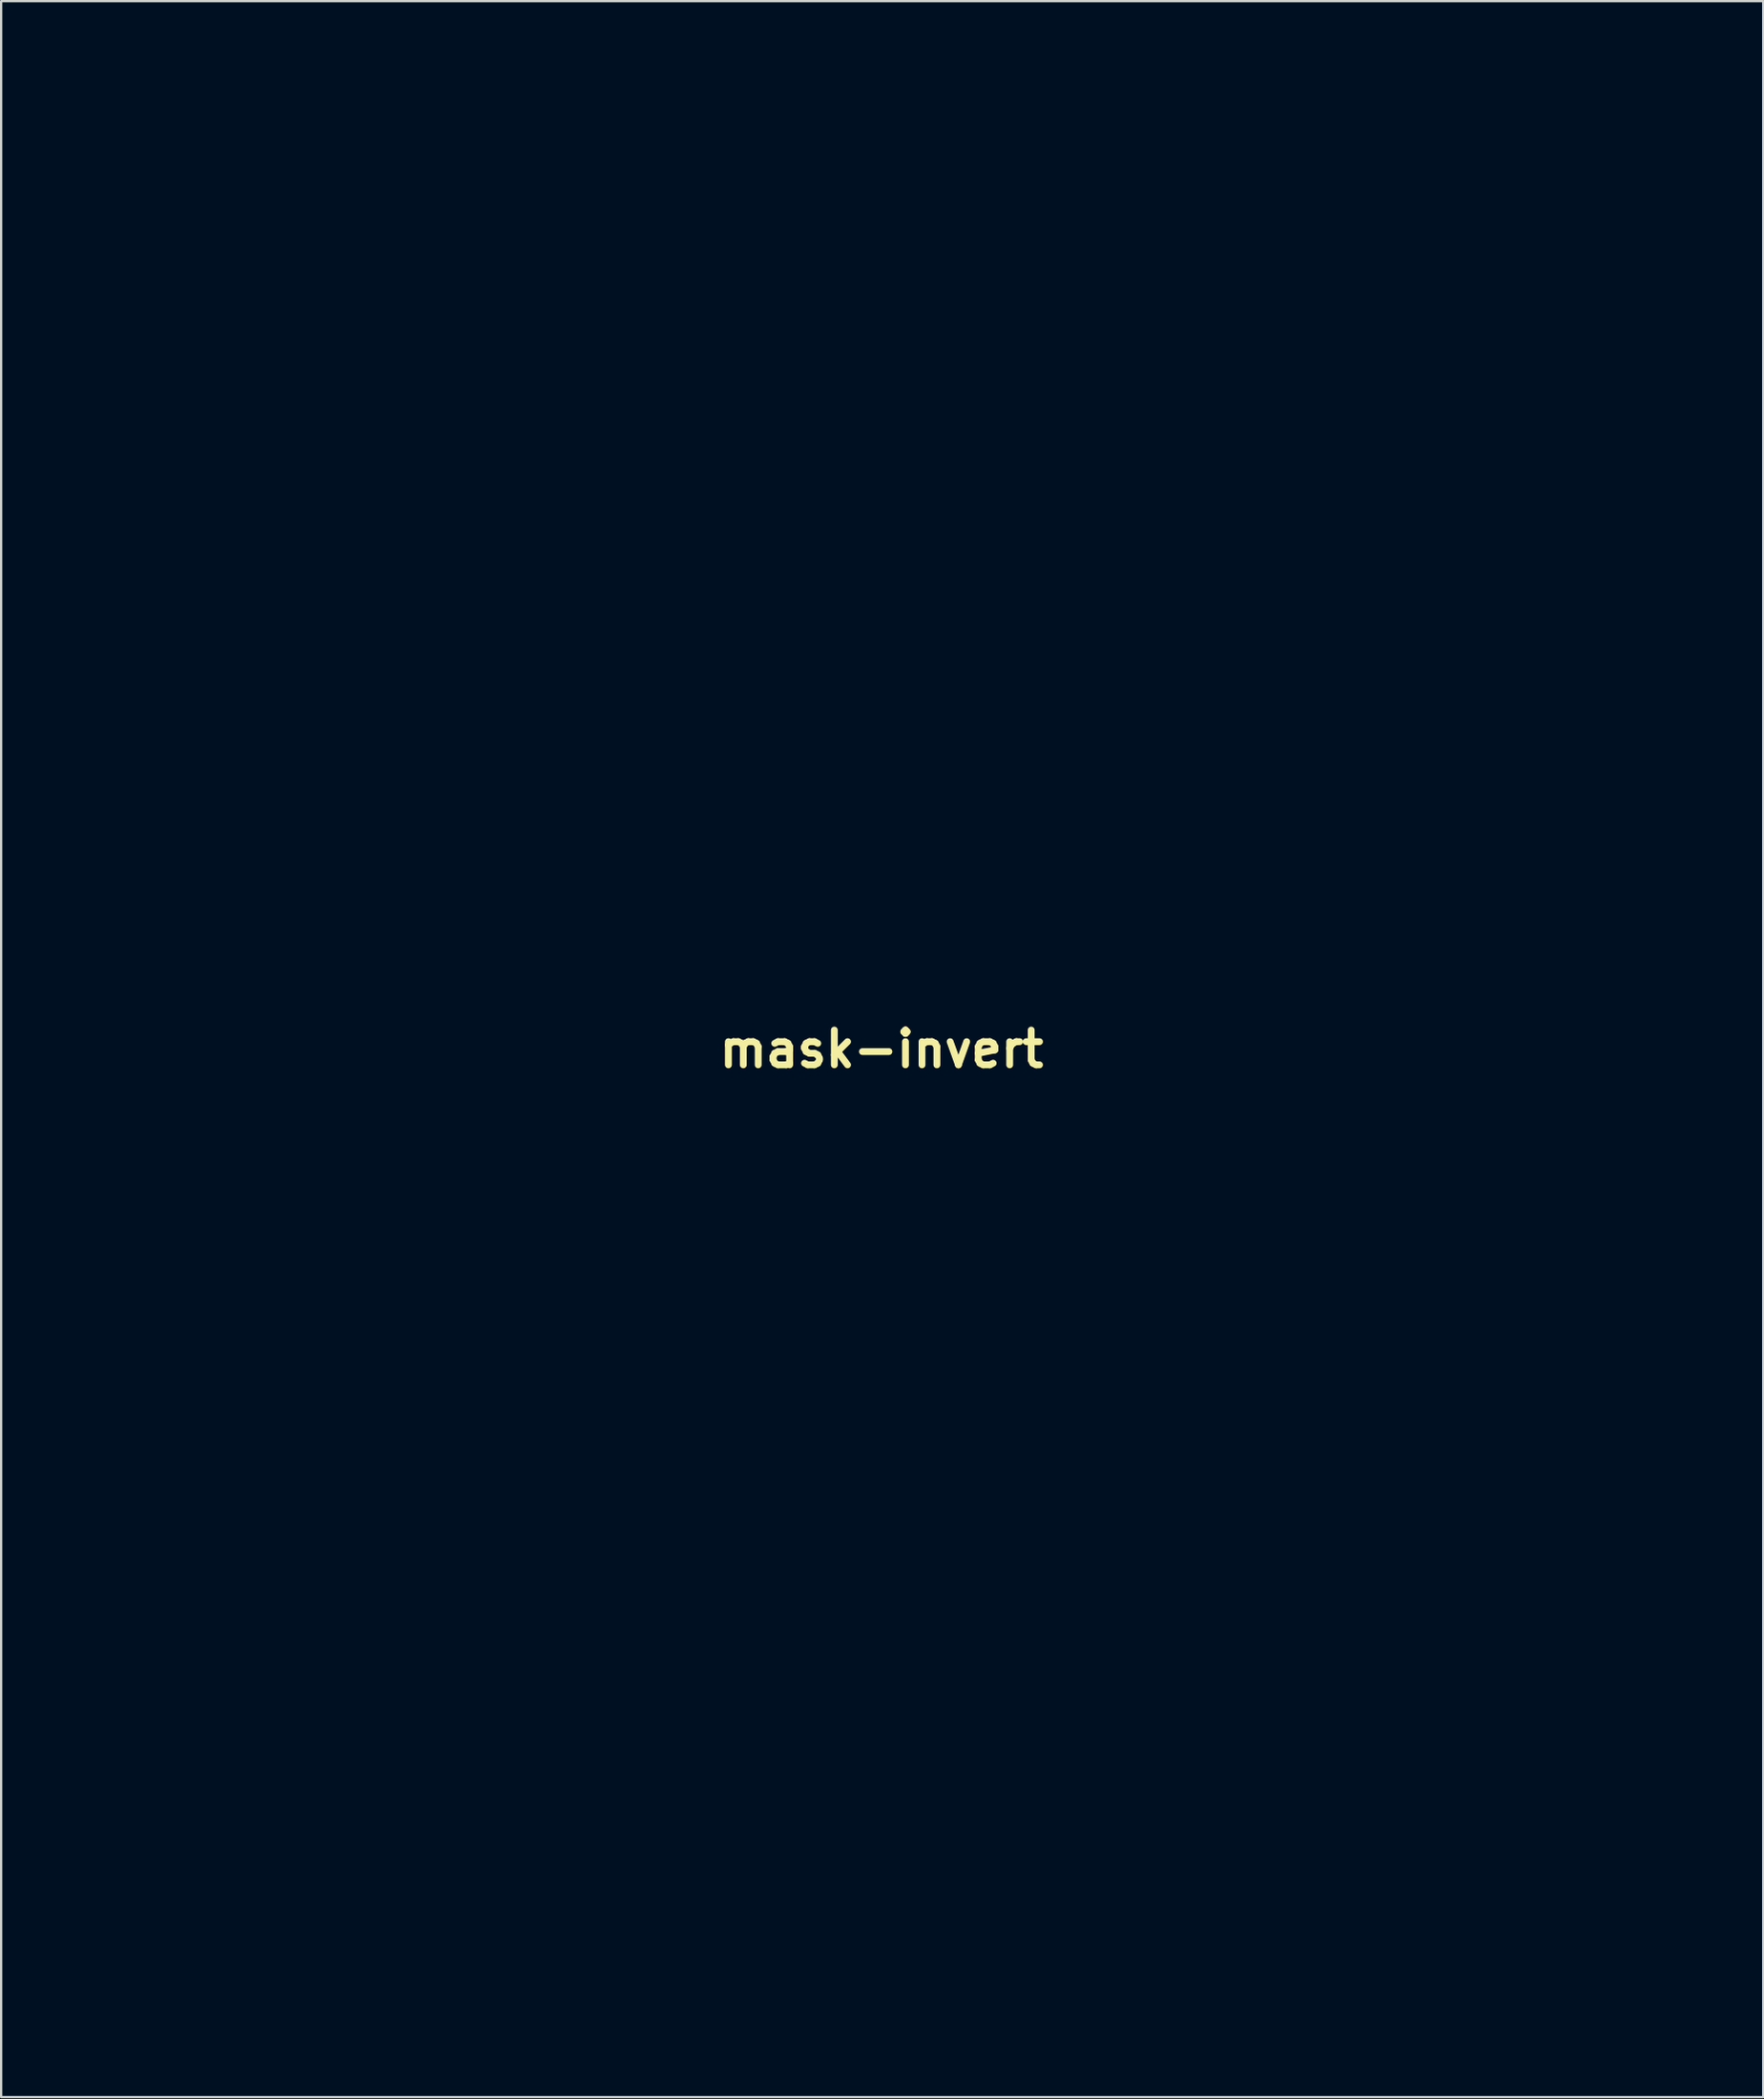
<source format=kicad_pcb>
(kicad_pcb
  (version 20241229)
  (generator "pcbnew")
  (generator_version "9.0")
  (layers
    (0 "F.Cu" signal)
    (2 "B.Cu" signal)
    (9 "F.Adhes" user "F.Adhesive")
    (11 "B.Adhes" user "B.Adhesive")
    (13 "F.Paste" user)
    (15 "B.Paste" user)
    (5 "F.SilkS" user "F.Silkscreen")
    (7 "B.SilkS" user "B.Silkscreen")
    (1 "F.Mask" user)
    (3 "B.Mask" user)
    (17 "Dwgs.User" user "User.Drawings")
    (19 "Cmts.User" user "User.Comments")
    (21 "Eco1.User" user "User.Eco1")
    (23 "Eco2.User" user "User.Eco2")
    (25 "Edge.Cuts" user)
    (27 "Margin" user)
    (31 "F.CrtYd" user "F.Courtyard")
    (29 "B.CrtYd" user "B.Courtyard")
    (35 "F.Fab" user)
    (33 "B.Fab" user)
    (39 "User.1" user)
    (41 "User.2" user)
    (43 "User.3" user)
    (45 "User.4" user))
  (footprint "mask-invert"
    (layer "F.Cu")
    (at 35.611 42.95)
    (property "Reference" "mask-invert" (at 0 0 0) (layer "F.SilkS") (effects (font (size 1.524 1.524) (thickness 0.3))))
    (attr board_only exclude_from_pos_files exclude_from_bom)
    (fp_poly (pts (xy 1.814 -42.204) (xy 2.06 -42.081) (xy 2.279 -41.835) (xy 2.409 -41.61) (xy 2.598 -41.167) (xy 2.717 -40.719) (xy 2.772 -40.234) (xy 2.767 -39.68) (xy 2.746 -39.39) (xy 2.616 -38.374) (xy 2.417 -37.463) (xy 2.148 -36.654) (xy 1.808 -35.945) (xy 1.794 -35.92) (xy 1.614 -35.611) (xy 1.475 -35.396) (xy 1.355 -35.257) (xy 1.233 -35.177) (xy 1.085 -35.138) (xy 0.891 -35.124) (xy 0.775 -35.121) (xy 0.509 -35.121) (xy 0.269 -35.132) (xy 0.103 -35.151) (xy 0.096 -35.153) (xy -0.009 -35.189) (xy -0.086 -35.26) (xy -0.154 -35.394) (xy -0.234 -35.621) (xy -0.239 -35.639) (xy -0.443 -36.451) (xy -0.553 -37.338) (xy -0.574 -37.981) (xy -0.53 -38.849) (xy -0.398 -39.638) (xy -0.18 -40.344) (xy 0.122 -40.962) (xy 0.507 -41.488) (xy 0.877 -41.843) (xy 1.226 -42.084) (xy 1.538 -42.205)) (stroke (width 0) (type solid)) (fill yes) (layer "F.Mask"))
    (fp_poly (pts (xy 35.616 9.737) (xy 35.62 9.947) (xy 35.624 10.27) (xy 35.628 10.702) (xy 35.631 11.238) (xy 35.635 11.873) (xy 35.639 12.602) (xy 35.642 13.42) (xy 35.645 14.323) (xy 35.648 15.306) (xy 35.651 16.364) (xy 35.654 17.493) (xy 35.656 18.687) (xy 35.659 19.942) (xy 35.661 21.252) (xy 35.662 22.614) (xy 35.664 24.023) (xy 35.665 25.473) (xy 35.665 25.767) (xy 35.675 42.95) (xy 18.938 42.939) (xy 17.49 42.938) (xy 16.076 42.937) (xy 14.704 42.936) (xy 13.377 42.934) (xy 12.102 42.933) (xy 10.883 42.931) (xy 9.725 42.93) (xy 8.633 42.928) (xy 7.614 42.926) (xy 6.671 42.924) (xy 5.81 42.923) (xy 5.036 42.921) (xy 4.355 42.919) (xy 3.771 42.917) (xy 3.29 42.915) (xy 2.916 42.913) (xy 2.656 42.911) (xy 2.513 42.91) (xy 2.489 42.908) (xy 3.283 42.846) (xy 4.067 42.771) (xy 4.815 42.687) (xy 5.503 42.596) (xy 6.104 42.502) (xy 6.414 42.444) (xy 7.748 42.166) (xy 8.974 41.883) (xy 10.112 41.588) (xy 11.182 41.275) (xy 12.204 40.937) (xy 13.198 40.569) (xy 14.184 40.163) (xy 15.18 39.713) (xy 15.943 39.345) (xy 17.844 38.335) (xy 19.665 37.226) (xy 21.405 36.019) (xy 23.062 34.715) (xy 24.636 33.314) (xy 26.124 31.819) (xy 27.526 30.23) (xy 28.84 28.549) (xy 29.901 27.027) (xy 30.962 25.313) (xy 31.904 23.561) (xy 32.731 21.761) (xy 33.447 19.903) (xy 34.036 18.056) (xy 34.395 16.742) (xy 34.714 15.445) (xy 34.99 14.18) (xy 35.22 12.963) (xy 35.401 11.809) (xy 35.53 10.736) (xy 35.604 9.759) (xy 35.608 9.675) (xy 35.612 9.644)) (stroke (width 0) (type solid)) (fill yes) (layer "F.Mask"))
    (fp_poly (pts (xy -35.543 9.254) (xy -35.517 9.483) (xy -35.486 9.798) (xy -35.452 10.155) (xy -35.422 10.498) (xy -35.383 10.846) (xy -35.316 11.3) (xy -35.226 11.842) (xy -35.115 12.453) (xy -34.988 13.117) (xy -34.848 13.815) (xy -34.7 14.528) (xy -34.546 15.241) (xy -34.391 15.933) (xy -34.239 16.587) (xy -34.092 17.186) (xy -33.955 17.712) (xy -33.832 18.146) (xy -33.819 18.188) (xy -33.505 19.13) (xy -33.118 20.144) (xy -32.67 21.206) (xy -32.172 22.291) (xy -31.636 23.376) (xy -31.074 24.436) (xy -30.497 25.446) (xy -30.042 26.186) (xy -29.495 27.018) (xy -28.909 27.855) (xy -28.297 28.684) (xy -27.671 29.488) (xy -27.043 30.252) (xy -26.426 30.962) (xy -25.833 31.602) (xy -25.275 32.157) (xy -24.826 32.561) (xy -24.561 32.792) (xy -24.24 33.081) (xy -23.894 33.399) (xy -23.559 33.716) (xy -23.422 33.848) (xy -22.681 34.528) (xy -21.842 35.231) (xy -20.925 35.942) (xy -19.952 36.643) (xy -18.945 37.319) (xy -18.147 37.819) (xy -17.645 38.112) (xy -17.065 38.433) (xy -16.43 38.768) (xy -15.764 39.108) (xy -15.091 39.439) (xy -14.433 39.751) (xy -13.815 40.031) (xy -13.26 40.27) (xy -12.796 40.452) (xy -12.417 40.592) (xy -12.053 40.729) (xy -11.732 40.853) (xy -11.481 40.953) (xy -11.355 41.005) (xy -11.138 41.088) (xy -10.819 41.193) (xy -10.418 41.315) (xy -9.959 41.447) (xy -9.462 41.585) (xy -8.949 41.721) (xy -8.442 41.849) (xy -7.962 41.965) (xy -7.563 42.054) (xy -7.217 42.129) (xy -6.904 42.2) (xy -6.652 42.259) (xy -6.486 42.302) (xy -6.446 42.314) (xy -6.143 42.397) (xy -5.731 42.478) (xy -5.227 42.556) (xy -4.651 42.627) (xy -4.02 42.689) (xy -3.352 42.741) (xy -2.88 42.769) (xy -2.411 42.793) (xy -1.93 42.818) (xy -1.469 42.843) (xy -1.064 42.865) (xy -0.75 42.883) (xy -0.734 42.884) (xy -0.732 42.887) (xy -0.853 42.891) (xy -1.092 42.895) (xy -1.444 42.898) (xy -1.905 42.902) (xy -2.469 42.906) (xy -3.132 42.909) (xy -3.889 42.912) (xy -4.734 42.916) (xy -5.664 42.919) (xy -6.673 42.922) (xy -7.757 42.925) (xy -8.911 42.927) (xy -10.129 42.93) (xy -11.408 42.932) (xy -12.742 42.934) (xy -14.126 42.936) (xy -15.556 42.937) (xy -17.027 42.938) (xy -17.79 42.939) (xy -35.611 42.95) (xy -35.602 25.895) (xy -35.601 24.433) (xy -35.6 23.009) (xy -35.598 21.625) (xy -35.597 20.289) (xy -35.594 19.003) (xy -35.592 17.774) (xy -35.589 16.607) (xy -35.586 15.507) (xy -35.583 14.478) (xy -35.58 13.527) (xy -35.576 12.657) (xy -35.572 11.874) (xy -35.568 11.183) (xy -35.564 10.589) (xy -35.56 10.097) (xy -35.556 9.712) (xy -35.552 9.44) (xy -35.547 9.285) (xy -35.543 9.252)) (stroke (width 0) (type solid)) (fill yes) (layer "F.Mask"))
    (fp_poly (pts (xy 35.675 -18.252) (xy 35.675 -16.484) (xy 35.675 -14.749) (xy 35.674 -13.051) (xy 35.674 -11.394) (xy 35.674 -9.783) (xy 35.673 -8.222) (xy 35.672 -6.715) (xy 35.672 -5.267) (xy 35.671 -3.883) (xy 35.67 -2.565) (xy 35.669 -1.32) (xy 35.668 -0.151) (xy 35.667 0.938) (xy 35.665 1.942) (xy 35.664 2.857) (xy 35.663 3.678) (xy 35.662 4.402) (xy 35.66 5.023) (xy 35.659 5.538) (xy 35.657 5.942) (xy 35.656 6.23) (xy 35.654 6.399) (xy 35.653 6.446) (xy 35.643 6.385) (xy 35.631 6.218) (xy 35.616 5.963) (xy 35.6 5.641) (xy 35.587 5.313) (xy 35.571 4.932) (xy 35.557 4.623) (xy 35.539 4.359) (xy 35.517 4.114) (xy 35.485 3.862) (xy 35.442 3.576) (xy 35.384 3.229) (xy 35.309 2.796) (xy 35.266 2.553) (xy 35.071 1.477) (xy 34.888 0.519) (xy 34.715 -0.331) (xy 34.55 -1.083) (xy 34.39 -1.747) (xy 34.233 -2.331) (xy 34.078 -2.846) (xy 33.995 -3.095) (xy 33.858 -3.49) (xy 33.707 -3.928) (xy 33.561 -4.351) (xy 33.454 -4.661) (xy 33.315 -5.034) (xy 33.147 -5.444) (xy 32.976 -5.83) (xy 32.877 -6.033) (xy 32.723 -6.354) (xy 32.572 -6.695) (xy 32.446 -7.005) (xy 32.395 -7.148) (xy 32.145 -7.834) (xy 31.85 -8.525) (xy 31.502 -9.237) (xy 31.091 -9.99) (xy 30.608 -10.801) (xy 30.126 -11.561) (xy 29.924 -11.872) (xy 29.722 -12.183) (xy 29.543 -12.459) (xy 29.409 -12.665) (xy 29.401 -12.677) (xy 29.27 -12.874) (xy 29.115 -13.1) (xy 28.923 -13.37) (xy 28.686 -13.699) (xy 28.392 -14.102) (xy 28.08 -14.526) (xy 27.712 -14.999) (xy 27.26 -15.537) (xy 26.739 -16.125) (xy 26.162 -16.747) (xy 25.545 -17.389) (xy 24.903 -18.036) (xy 24.25 -18.671) (xy 23.602 -19.281) (xy 22.972 -19.849) (xy 22.56 -20.206) (xy 21.728 -20.88) (xy 20.877 -21.507) (xy 20.038 -22.064) (xy 19.441 -22.42) (xy 18.538 -22.917) (xy 17.617 -23.399) (xy 16.701 -23.856) (xy 15.815 -24.276) (xy 14.981 -24.648) (xy 14.224 -24.96) (xy 14.104 -25.006) (xy 13.697 -25.163) (xy 13.26 -25.331) (xy 12.839 -25.494) (xy 12.478 -25.634) (xy 12.381 -25.672) (xy 12.052 -25.792) (xy 11.62 -25.936) (xy 11.107 -26.098) (xy 10.534 -26.272) (xy 9.924 -26.451) (xy 9.297 -26.63) (xy 8.675 -26.802) (xy 8.08 -26.961) (xy 7.533 -27.101) (xy 7.055 -27.216) (xy 6.829 -27.267) (xy 6.414 -27.355) (xy 6.382 -30.255) (xy 6.374 -30.938) (xy 6.367 -31.505) (xy 6.361 -31.969) (xy 6.353 -32.34) (xy 6.344 -32.631) (xy 6.333 -32.854) (xy 6.32 -33.02) (xy 6.303 -33.141) (xy 6.282 -33.229) (xy 6.257 -33.296) (xy 6.226 -33.354) (xy 6.202 -33.391) (xy 5.893 -33.771) (xy 5.465 -34.107) (xy 4.918 -34.4) (xy 4.253 -34.65) (xy 3.471 -34.855) (xy 3.202 -34.91) (xy 2.925 -34.966) (xy 2.697 -35.015) (xy 2.547 -35.052) (xy 2.5 -35.068) (xy 2.513 -35.134) (xy 2.568 -35.291) (xy 2.656 -35.512) (xy 2.732 -35.688) (xy 3.148 -36.729) (xy 3.458 -37.703) (xy 3.661 -38.613) (xy 3.758 -39.46) (xy 3.748 -40.246) (xy 3.633 -40.975) (xy 3.412 -41.649) (xy 3.361 -41.764) (xy 3.1 -42.203) (xy 2.771 -42.551) (xy 2.385 -42.794) (xy 2.161 -42.877) (xy 2.2 -42.884) (xy 2.365 -42.891) (xy 2.656 -42.897) (xy 3.071 -42.903) (xy 3.61 -42.908) (xy 4.272 -42.914) (xy 5.055 -42.918) (xy 5.958 -42.923) (xy 6.981 -42.927) (xy 8.123 -42.931) (xy 9.382 -42.934) (xy 10.757 -42.937) (xy 12.248 -42.939) (xy 13.854 -42.941) (xy 15.572 -42.943) (xy 17.404 -42.944) (xy 18.811 -42.944) (xy 35.675 -42.95)) (stroke (width 0) (type solid)) (fill yes) (layer "F.Mask"))
    (fp_poly (pts (xy -17.215 -42.944) (xy -15.694 -42.943) (xy -14.207 -42.942) (xy -12.76 -42.941) (xy -11.357 -42.939) (xy -10.004 -42.937) (xy -8.706 -42.935) (xy -7.466 -42.933) (xy -6.291 -42.931) (xy -5.186 -42.928) (xy -4.154 -42.925) (xy -3.202 -42.922) (xy -2.334 -42.919) (xy -1.556 -42.916) (xy -0.871 -42.912) (xy -0.286 -42.909) (xy 0.196 -42.905) (xy 0.568 -42.901) (xy 0.826 -42.897) (xy 0.966 -42.893) (xy 0.989 -42.891) (xy 0.622 -42.738) (xy 0.259 -42.464) (xy -0.095 -42.073) (xy -0.435 -41.573) (xy -0.758 -40.967) (xy -1.027 -40.344) (xy -1.306 -39.498) (xy -1.473 -38.668) (xy -1.527 -37.836) (xy -1.469 -36.984) (xy -1.3 -36.093) (xy -1.191 -35.684) (xy -1.113 -35.388) (xy -1.086 -35.207) (xy -1.107 -35.137) (xy -1.109 -35.136) (xy -1.215 -35.107) (xy -1.379 -35.058) (xy -1.404 -35.05) (xy -1.559 -35.01) (xy -1.802 -34.955) (xy -2.098 -34.892) (xy -2.329 -34.846) (xy -2.82 -34.731) (xy -3.257 -34.589) (xy -3.485 -34.492) (xy -3.805 -34.315) (xy -4.109 -34.103) (xy -4.37 -33.88) (xy -4.561 -33.668) (xy -4.645 -33.523) (xy -4.662 -33.461) (xy -4.68 -33.361) (xy -4.699 -33.212) (xy -4.721 -33.007) (xy -4.746 -32.736) (xy -4.775 -32.392) (xy -4.807 -31.965) (xy -4.846 -31.447) (xy -4.889 -30.83) (xy -4.94 -30.104) (xy -4.998 -29.262) (xy -5.013 -29.041) (xy -5.041 -28.628) (xy -5.068 -28.261) (xy -5.091 -27.957) (xy -5.109 -27.735) (xy -5.121 -27.613) (xy -5.124 -27.596) (xy -5.188 -27.584) (xy -5.359 -27.561) (xy -5.617 -27.528) (xy -5.94 -27.488) (xy -6.286 -27.446) (xy -6.751 -27.385) (xy -7.201 -27.314) (xy -7.669 -27.225) (xy -8.184 -27.113) (xy -8.775 -26.972) (xy -9.094 -26.893) (xy -10.052 -26.65) (xy -10.89 -26.432) (xy -11.614 -26.238) (xy -12.23 -26.067) (xy -12.743 -25.915) (xy -13.158 -25.783) (xy -13.434 -25.686) (xy -13.69 -25.593) (xy -14.032 -25.468) (xy -14.426 -25.326) (xy -14.839 -25.179) (xy -15.125 -25.077) (xy -15.569 -24.918) (xy -15.933 -24.783) (xy -16.245 -24.658) (xy -16.533 -24.532) (xy -16.823 -24.391) (xy -17.142 -24.223) (xy -17.518 -24.015) (xy -17.965 -23.762) (xy -19.537 -22.809) (xy -21 -21.796) (xy -22.359 -20.719) (xy -22.557 -20.55) (xy -23.032 -20.132) (xy -23.54 -19.672) (xy -24.068 -19.184) (xy -24.602 -18.681) (xy -25.128 -18.176) (xy -25.632 -17.683) (xy -26.101 -17.215) (xy -26.521 -16.785) (xy -26.878 -16.407) (xy -27.159 -16.095) (xy -27.25 -15.987) (xy -27.728 -15.4) (xy -28.142 -14.879) (xy -28.514 -14.393) (xy -28.867 -13.913) (xy -29.223 -13.41) (xy -29.604 -12.853) (xy -29.622 -12.828) (xy -29.966 -12.316) (xy -30.245 -11.894) (xy -30.469 -11.547) (xy -30.645 -11.26) (xy -30.782 -11.019) (xy -30.89 -10.808) (xy -30.976 -10.614) (xy -31.049 -10.421) (xy -31.074 -10.349) (xy -31.305 -9.773) (xy -31.62 -9.173) (xy -31.903 -8.716) (xy -32.129 -8.34) (xy -32.373 -7.885) (xy -32.623 -7.377) (xy -32.866 -6.845) (xy -33.09 -6.318) (xy -33.282 -5.822) (xy -33.431 -5.385) (xy -33.507 -5.107) (xy -33.585 -4.833) (xy -33.688 -4.54) (xy -33.736 -4.424) (xy -33.831 -4.176) (xy -33.925 -3.876) (xy -33.982 -3.656) (xy -34.062 -3.363) (xy -34.164 -3.056) (xy -34.24 -2.862) (xy -34.312 -2.665) (xy -34.397 -2.378) (xy -34.485 -2.035) (xy -34.568 -1.671) (xy -34.586 -1.582) (xy -34.665 -1.202) (xy -34.749 -0.815) (xy -34.828 -0.463) (xy -34.894 -0.188) (xy -34.903 -0.153) (xy -34.996 0.259) (xy -35.094 0.771) (xy -35.193 1.357) (xy -35.289 1.99) (xy -35.378 2.644) (xy -35.456 3.292) (xy -35.519 3.907) (xy -35.565 4.462) (xy -35.567 4.499) (xy -35.569 4.46) (xy -35.57 4.297) (xy -35.572 4.015) (xy -35.574 3.618) (xy -35.575 3.111) (xy -35.577 2.498) (xy -35.578 1.784) (xy -35.58 0.972) (xy -35.582 0.068) (xy -35.583 -0.926) (xy -35.585 -2.003) (xy -35.586 -3.161) (xy -35.588 -4.394) (xy -35.589 -5.698) (xy -35.591 -7.069) (xy -35.592 -8.503) (xy -35.594 -9.995) (xy -35.595 -11.54) (xy -35.596 -13.136) (xy -35.597 -14.776) (xy -35.598 -16.458) (xy -35.599 -18.176) (xy -35.6 -19.066) (xy -35.611 -42.95)) (stroke (width 0) (type solid)) (fill yes) (layer "F.Mask")))
  (gr_rect
    (start -3 -3)
    (end 74.286 88.901)
    (stroke (width 0.1) (type default))
    (fill no)
    (layer "Edge.Cuts")))
</source>
